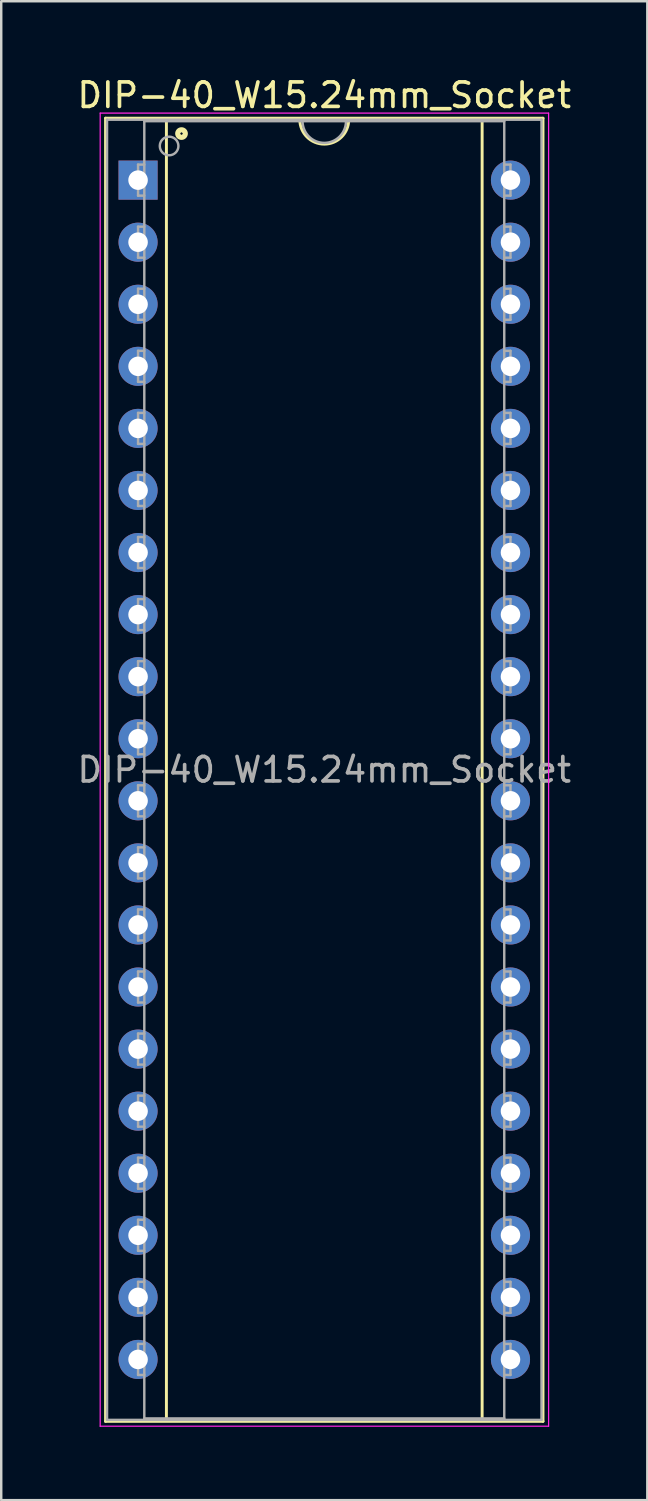
<source format=kicad_pcb>
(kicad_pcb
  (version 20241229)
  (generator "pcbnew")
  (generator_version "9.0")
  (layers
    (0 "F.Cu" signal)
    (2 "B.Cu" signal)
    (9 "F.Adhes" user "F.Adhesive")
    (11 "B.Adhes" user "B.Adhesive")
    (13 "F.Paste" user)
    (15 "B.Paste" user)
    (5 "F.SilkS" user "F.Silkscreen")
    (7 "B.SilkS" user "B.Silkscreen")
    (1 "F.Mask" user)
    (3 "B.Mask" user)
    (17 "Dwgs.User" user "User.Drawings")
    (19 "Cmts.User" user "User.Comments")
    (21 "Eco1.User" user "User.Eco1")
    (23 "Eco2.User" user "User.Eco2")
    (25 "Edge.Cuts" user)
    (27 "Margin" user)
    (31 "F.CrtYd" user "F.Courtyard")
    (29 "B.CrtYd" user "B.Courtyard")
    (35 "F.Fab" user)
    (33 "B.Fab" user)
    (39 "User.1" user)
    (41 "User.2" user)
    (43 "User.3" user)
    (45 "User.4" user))
  (footprint "DIP-40_W15.24mm_Socket"
    (layer "F.Cu")
    (at 2.6 4.321)
    (property "Reference" "DIP-40_W15.24mm_Socket" (at 7.62 -3.473 0) (layer "F.SilkS") (effects (font (size 1 1) (thickness 0.15))))
    (attr through_hole)
    (fp_line (start -1.33 -2.533) (end -1.33 50.793) (stroke (width 0.12) (type solid)) (layer "F.SilkS"))
    (fp_line (start -1.33 50.793) (end 16.57 50.793) (stroke (width 0.12) (type solid)) (layer "F.SilkS"))
    (fp_line (start 1.16 -2.473) (end 1.16 50.733) (stroke (width 0.12) (type solid)) (layer "F.SilkS"))
    (fp_line (start 1.16 50.733) (end 14.08 50.733) (stroke (width 0.12) (type solid)) (layer "F.SilkS"))
    (fp_line (start 6.62 -2.473) (end 1.16 -2.473) (stroke (width 0.12) (type solid)) (layer "F.SilkS"))
    (fp_line (start 14.08 -2.473) (end 8.62 -2.473) (stroke (width 0.12) (type solid)) (layer "F.SilkS"))
    (fp_line (start 14.08 50.733) (end 14.08 -2.473) (stroke (width 0.12) (type solid)) (layer "F.SilkS"))
    (fp_line (start 16.57 -2.533) (end -1.33 -2.533) (stroke (width 0.12) (type solid)) (layer "F.SilkS"))
    (fp_line (start 16.57 50.793) (end 16.57 -2.533) (stroke (width 0.12) (type solid)) (layer "F.SilkS"))
    (fp_arc (start 8.62 -2.473) (mid 7.62 -1.473) (end 6.62 -2.473) (stroke (width 0.12) (type solid)) (layer "F.SilkS"))
    (fp_circle (center 1.778 -1.905) (end 1.828 -1.905) (stroke (width 0.12) (type solid)) (fill no) (layer "F.SilkS"))
    (fp_circle (center 1.778 -1.905) (end 1.903 -1.905) (stroke (width 0.12) (type solid)) (fill no) (layer "F.SilkS"))
    (fp_circle (center 1.778 -1.905) (end 1.978 -1.905) (stroke (width 0.12) (type solid)) (fill no) (layer "F.SilkS"))
    (fp_line (start -1.55 -2.743) (end -1.55 50.993) (stroke (width 0.05) (type solid)) (layer "F.CrtYd"))
    (fp_line (start -1.55 50.993) (end 16.8 50.993) (stroke (width 0.05) (type solid)) (layer "F.CrtYd"))
    (fp_line (start 16.8 -2.743) (end -1.55 -2.743) (stroke (width 0.05) (type solid)) (layer "F.CrtYd"))
    (fp_line (start 16.8 50.993) (end 16.8 -2.743) (stroke (width 0.05) (type solid)) (layer "F.CrtYd"))
    (fp_line (start -1.27 -2.473) (end -1.27 50.733) (stroke (width 0.1) (type solid)) (layer "F.Fab"))
    (fp_line (start -1.27 50.733) (end 16.51 50.733) (stroke (width 0.1) (type solid)) (layer "F.Fab"))
    (fp_line (start 0 -0.635) (end 0 0.635) (stroke (width 0.1) (type solid)) (layer "F.Fab"))
    (fp_line (start 0 -0.635) (end 0.254 -0.635) (stroke (width 0.1) (type solid)) (layer "F.Fab"))
    (fp_line (start 0 0.635) (end 0.254 0.635) (stroke (width 0.1) (type solid)) (layer "F.Fab"))
    (fp_line (start 0 1.905) (end 0 3.175) (stroke (width 0.1) (type solid)) (layer "F.Fab"))
    (fp_line (start 0 1.905) (end 0.254 1.905) (stroke (width 0.1) (type solid)) (layer "F.Fab"))
    (fp_line (start 0 3.175) (end 0.254 3.175) (stroke (width 0.1) (type solid)) (layer "F.Fab"))
    (fp_line (start 0 4.445) (end 0 5.715) (stroke (width 0.1) (type solid)) (layer "F.Fab"))
    (fp_line (start 0 4.445) (end 0.254 4.445) (stroke (width 0.1) (type solid)) (layer "F.Fab"))
    (fp_line (start 0 5.715) (end 0.254 5.715) (stroke (width 0.1) (type solid)) (layer "F.Fab"))
    (fp_line (start 0 6.985) (end 0 8.255) (stroke (width 0.1) (type solid)) (layer "F.Fab"))
    (fp_line (start 0 6.985) (end 0.254 6.985) (stroke (width 0.1) (type solid)) (layer "F.Fab"))
    (fp_line (start 0 8.255) (end 0.254 8.255) (stroke (width 0.1) (type solid)) (layer "F.Fab"))
    (fp_line (start 0 9.525) (end 0 10.795) (stroke (width 0.1) (type solid)) (layer "F.Fab"))
    (fp_line (start 0 9.525) (end 0.254 9.525) (stroke (width 0.1) (type solid)) (layer "F.Fab"))
    (fp_line (start 0 10.795) (end 0.254 10.795) (stroke (width 0.1) (type solid)) (layer "F.Fab"))
    (fp_line (start 0 12.065) (end 0 13.335) (stroke (width 0.1) (type solid)) (layer "F.Fab"))
    (fp_line (start 0 12.065) (end 0.254 12.065) (stroke (width 0.1) (type solid)) (layer "F.Fab"))
    (fp_line (start 0 13.335) (end 0.254 13.335) (stroke (width 0.1) (type solid)) (layer "F.Fab"))
    (fp_line (start 0 14.605) (end 0 15.875) (stroke (width 0.1) (type solid)) (layer "F.Fab"))
    (fp_line (start 0 14.605) (end 0.254 14.605) (stroke (width 0.1) (type solid)) (layer "F.Fab"))
    (fp_line (start 0 15.875) (end 0.254 15.875) (stroke (width 0.1) (type solid)) (layer "F.Fab"))
    (fp_line (start 0 17.145) (end 0 18.415) (stroke (width 0.1) (type solid)) (layer "F.Fab"))
    (fp_line (start 0 17.145) (end 0.254 17.145) (stroke (width 0.1) (type solid)) (layer "F.Fab"))
    (fp_line (start 0 18.415) (end 0.254 18.415) (stroke (width 0.1) (type solid)) (layer "F.Fab"))
    (fp_line (start 0 19.685) (end 0 20.955) (stroke (width 0.1) (type solid)) (layer "F.Fab"))
    (fp_line (start 0 19.685) (end 0.254 19.685) (stroke (width 0.1) (type solid)) (layer "F.Fab"))
    (fp_line (start 0 20.955) (end 0.254 20.955) (stroke (width 0.1) (type solid)) (layer "F.Fab"))
    (fp_line (start 0 22.225) (end 0 23.495) (stroke (width 0.1) (type solid)) (layer "F.Fab"))
    (fp_line (start 0 22.225) (end 0.254 22.225) (stroke (width 0.1) (type solid)) (layer "F.Fab"))
    (fp_line (start 0 23.495) (end 0.254 23.495) (stroke (width 0.1) (type solid)) (layer "F.Fab"))
    (fp_line (start 0 24.765) (end 0 26.035) (stroke (width 0.1) (type solid)) (layer "F.Fab"))
    (fp_line (start 0 24.765) (end 0.254 24.765) (stroke (width 0.1) (type solid)) (layer "F.Fab"))
    (fp_line (start 0 26.035) (end 0.254 26.035) (stroke (width 0.1) (type solid)) (layer "F.Fab"))
    (fp_line (start 0 27.305) (end 0 28.575) (stroke (width 0.1) (type solid)) (layer "F.Fab"))
    (fp_line (start 0 27.305) (end 0.254 27.305) (stroke (width 0.1) (type solid)) (layer "F.Fab"))
    (fp_line (start 0 28.575) (end 0.254 28.575) (stroke (width 0.1) (type solid)) (layer "F.Fab"))
    (fp_line (start 0 29.845) (end 0 31.115) (stroke (width 0.1) (type solid)) (layer "F.Fab"))
    (fp_line (start 0 29.845) (end 0.254 29.845) (stroke (width 0.1) (type solid)) (layer "F.Fab"))
    (fp_line (start 0 31.115) (end 0.254 31.115) (stroke (width 0.1) (type solid)) (layer "F.Fab"))
    (fp_line (start 0 32.385) (end 0 33.655) (stroke (width 0.1) (type solid)) (layer "F.Fab"))
    (fp_line (start 0 32.385) (end 0.254 32.385) (stroke (width 0.1) (type solid)) (layer "F.Fab"))
    (fp_line (start 0 33.655) (end 0.254 33.655) (stroke (width 0.1) (type solid)) (layer "F.Fab"))
    (fp_line (start 0 34.925) (end 0 36.195) (stroke (width 0.1) (type solid)) (layer "F.Fab"))
    (fp_line (start 0 34.925) (end 0.254 34.925) (stroke (width 0.1) (type solid)) (layer "F.Fab"))
    (fp_line (start 0 36.195) (end 0.254 36.195) (stroke (width 0.1) (type solid)) (layer "F.Fab"))
    (fp_line (start 0 37.465) (end 0 38.735) (stroke (width 0.1) (type solid)) (layer "F.Fab"))
    (fp_line (start 0 37.465) (end 0.254 37.465) (stroke (width 0.1) (type solid)) (layer "F.Fab"))
    (fp_line (start 0 38.735) (end 0.254 38.735) (stroke (width 0.1) (type solid)) (layer "F.Fab"))
    (fp_line (start 0 40.005) (end 0 41.275) (stroke (width 0.1) (type solid)) (layer "F.Fab"))
    (fp_line (start 0 40.005) (end 0.254 40.005) (stroke (width 0.1) (type solid)) (layer "F.Fab"))
    (fp_line (start 0 41.275) (end 0.254 41.275) (stroke (width 0.1) (type solid)) (layer "F.Fab"))
    (fp_line (start 0 42.545) (end 0 43.815) (stroke (width 0.1) (type solid)) (layer "F.Fab"))
    (fp_line (start 0 42.545) (end 0.254 42.545) (stroke (width 0.1) (type solid)) (layer "F.Fab"))
    (fp_line (start 0 43.815) (end 0.254 43.815) (stroke (width 0.1) (type solid)) (layer "F.Fab"))
    (fp_line (start 0 45.085) (end 0 46.355) (stroke (width 0.1) (type solid)) (layer "F.Fab"))
    (fp_line (start 0 45.085) (end 0.254 45.085) (stroke (width 0.1) (type solid)) (layer "F.Fab"))
    (fp_line (start 0 46.355) (end 0.254 46.355) (stroke (width 0.1) (type solid)) (layer "F.Fab"))
    (fp_line (start 0 47.625) (end 0 48.895) (stroke (width 0.1) (type solid)) (layer "F.Fab"))
    (fp_line (start 0 47.625) (end 0.254 47.625) (stroke (width 0.1) (type solid)) (layer "F.Fab"))
    (fp_line (start 0 48.895) (end 0.254 48.895) (stroke (width 0.1) (type solid)) (layer "F.Fab"))
    (fp_line (start 0.255 -2.413) (end 14.985 -2.413) (stroke (width 0.1) (type solid)) (layer "F.Fab"))
    (fp_line (start 0.255 50.673) (end 0.255 -2.413) (stroke (width 0.1) (type solid)) (layer "F.Fab"))
    (fp_line (start 14.985 -2.413) (end 14.985 50.673) (stroke (width 0.1) (type solid)) (layer "F.Fab"))
    (fp_line (start 14.985 50.673) (end 0.255 50.673) (stroke (width 0.1) (type solid)) (layer "F.Fab"))
    (fp_line (start 15.24 -0.635) (end 14.986 -0.635) (stroke (width 0.1) (type solid)) (layer "F.Fab"))
    (fp_line (start 15.24 0.635) (end 14.986 0.635) (stroke (width 0.1) (type solid)) (layer "F.Fab"))
    (fp_line (start 15.24 0.635) (end 15.24 -0.635) (stroke (width 0.1) (type solid)) (layer "F.Fab"))
    (fp_line (start 15.24 1.905) (end 14.986 1.905) (stroke (width 0.1) (type solid)) (layer "F.Fab"))
    (fp_line (start 15.24 3.175) (end 14.986 3.175) (stroke (width 0.1) (type solid)) (layer "F.Fab"))
    (fp_line (start 15.24 3.175) (end 15.24 1.905) (stroke (width 0.1) (type solid)) (layer "F.Fab"))
    (fp_line (start 15.24 4.445) (end 14.986 4.445) (stroke (width 0.1) (type solid)) (layer "F.Fab"))
    (fp_line (start 15.24 5.715) (end 14.986 5.715) (stroke (width 0.1) (type solid)) (layer "F.Fab"))
    (fp_line (start 15.24 5.715) (end 15.24 4.445) (stroke (width 0.1) (type solid)) (layer "F.Fab"))
    (fp_line (start 15.24 6.985) (end 14.986 6.985) (stroke (width 0.1) (type solid)) (layer "F.Fab"))
    (fp_line (start 15.24 8.255) (end 14.986 8.255) (stroke (width 0.1) (type solid)) (layer "F.Fab"))
    (fp_line (start 15.24 8.255) (end 15.24 6.985) (stroke (width 0.1) (type solid)) (layer "F.Fab"))
    (fp_line (start 15.24 9.525) (end 14.986 9.525) (stroke (width 0.1) (type solid)) (layer "F.Fab"))
    (fp_line (start 15.24 10.795) (end 14.986 10.795) (stroke (width 0.1) (type solid)) (layer "F.Fab"))
    (fp_line (start 15.24 10.795) (end 15.24 9.525) (stroke (width 0.1) (type solid)) (layer "F.Fab"))
    (fp_line (start 15.24 12.065) (end 14.986 12.065) (stroke (width 0.1) (type solid)) (layer "F.Fab"))
    (fp_line (start 15.24 13.335) (end 14.986 13.335) (stroke (width 0.1) (type solid)) (layer "F.Fab"))
    (fp_line (start 15.24 13.335) (end 15.24 12.065) (stroke (width 0.1) (type solid)) (layer "F.Fab"))
    (fp_line (start 15.24 14.605) (end 14.986 14.605) (stroke (width 0.1) (type solid)) (layer "F.Fab"))
    (fp_line (start 15.24 15.875) (end 14.986 15.875) (stroke (width 0.1) (type solid)) (layer "F.Fab"))
    (fp_line (start 15.24 15.875) (end 15.24 14.605) (stroke (width 0.1) (type solid)) (layer "F.Fab"))
    (fp_line (start 15.24 17.145) (end 14.986 17.145) (stroke (width 0.1) (type solid)) (layer "F.Fab"))
    (fp_line (start 15.24 18.415) (end 14.986 18.415) (stroke (width 0.1) (type solid)) (layer "F.Fab"))
    (fp_line (start 15.24 18.415) (end 15.24 17.145) (stroke (width 0.1) (type solid)) (layer "F.Fab"))
    (fp_line (start 15.24 19.685) (end 14.986 19.685) (stroke (width 0.1) (type solid)) (layer "F.Fab"))
    (fp_line (start 15.24 20.955) (end 14.986 20.955) (stroke (width 0.1) (type solid)) (layer "F.Fab"))
    (fp_line (start 15.24 20.955) (end 15.24 19.685) (stroke (width 0.1) (type solid)) (layer "F.Fab"))
    (fp_line (start 15.24 22.225) (end 14.986 22.225) (stroke (width 0.1) (type solid)) (layer "F.Fab"))
    (fp_line (start 15.24 23.495) (end 14.986 23.495) (stroke (width 0.1) (type solid)) (layer "F.Fab"))
    (fp_line (start 15.24 23.495) (end 15.24 22.225) (stroke (width 0.1) (type solid)) (layer "F.Fab"))
    (fp_line (start 15.24 24.765) (end 14.986 24.765) (stroke (width 0.1) (type solid)) (layer "F.Fab"))
    (fp_line (start 15.24 26.035) (end 14.986 26.035) (stroke (width 0.1) (type solid)) (layer "F.Fab"))
    (fp_line (start 15.24 26.035) (end 15.24 24.765) (stroke (width 0.1) (type solid)) (layer "F.Fab"))
    (fp_line (start 15.24 27.305) (end 14.986 27.305) (stroke (width 0.1) (type solid)) (layer "F.Fab"))
    (fp_line (start 15.24 28.575) (end 14.986 28.575) (stroke (width 0.1) (type solid)) (layer "F.Fab"))
    (fp_line (start 15.24 28.575) (end 15.24 27.305) (stroke (width 0.1) (type solid)) (layer "F.Fab"))
    (fp_line (start 15.24 29.845) (end 14.986 29.845) (stroke (width 0.1) (type solid)) (layer "F.Fab"))
    (fp_line (start 15.24 31.115) (end 14.986 31.115) (stroke (width 0.1) (type solid)) (layer "F.Fab"))
    (fp_line (start 15.24 31.115) (end 15.24 29.845) (stroke (width 0.1) (type solid)) (layer "F.Fab"))
    (fp_line (start 15.24 32.385) (end 14.986 32.385) (stroke (width 0.1) (type solid)) (layer "F.Fab"))
    (fp_line (start 15.24 33.655) (end 14.986 33.655) (stroke (width 0.1) (type solid)) (layer "F.Fab"))
    (fp_line (start 15.24 33.655) (end 15.24 32.385) (stroke (width 0.1) (type solid)) (layer "F.Fab"))
    (fp_line (start 15.24 34.925) (end 14.986 34.925) (stroke (width 0.1) (type solid)) (layer "F.Fab"))
    (fp_line (start 15.24 36.195) (end 14.986 36.195) (stroke (width 0.1) (type solid)) (layer "F.Fab"))
    (fp_line (start 15.24 36.195) (end 15.24 34.925) (stroke (width 0.1) (type solid)) (layer "F.Fab"))
    (fp_line (start 15.24 37.465) (end 14.986 37.465) (stroke (width 0.1) (type solid)) (layer "F.Fab"))
    (fp_line (start 15.24 38.735) (end 14.986 38.735) (stroke (width 0.1) (type solid)) (layer "F.Fab"))
    (fp_line (start 15.24 38.735) (end 15.24 37.465) (stroke (width 0.1) (type solid)) (layer "F.Fab"))
    (fp_line (start 15.24 40.005) (end 14.986 40.005) (stroke (width 0.1) (type solid)) (layer "F.Fab"))
    (fp_line (start 15.24 41.275) (end 14.986 41.275) (stroke (width 0.1) (type solid)) (layer "F.Fab"))
    (fp_line (start 15.24 41.275) (end 15.24 40.005) (stroke (width 0.1) (type solid)) (layer "F.Fab"))
    (fp_line (start 15.24 42.545) (end 14.986 42.545) (stroke (width 0.1) (type solid)) (layer "F.Fab"))
    (fp_line (start 15.24 43.815) (end 14.986 43.815) (stroke (width 0.1) (type solid)) (layer "F.Fab"))
    (fp_line (start 15.24 43.815) (end 15.24 42.545) (stroke (width 0.1) (type solid)) (layer "F.Fab"))
    (fp_line (start 15.24 45.085) (end 14.986 45.085) (stroke (width 0.1) (type solid)) (layer "F.Fab"))
    (fp_line (start 15.24 46.355) (end 14.986 46.355) (stroke (width 0.1) (type solid)) (layer "F.Fab"))
    (fp_line (start 15.24 46.355) (end 15.24 45.085) (stroke (width 0.1) (type solid)) (layer "F.Fab"))
    (fp_line (start 15.24 47.625) (end 14.986 47.625) (stroke (width 0.1) (type solid)) (layer "F.Fab"))
    (fp_line (start 15.24 48.895) (end 14.986 48.895) (stroke (width 0.1) (type solid)) (layer "F.Fab"))
    (fp_line (start 15.24 48.895) (end 15.24 47.625) (stroke (width 0.1) (type solid)) (layer "F.Fab"))
    (fp_line (start 16.51 -2.473) (end -1.27 -2.473) (stroke (width 0.1) (type solid)) (layer "F.Fab"))
    (fp_line (start 16.51 50.733) (end 16.51 -2.473) (stroke (width 0.1) (type solid)) (layer "F.Fab"))
    (fp_arc (start 8.509 -2.413) (mid 7.62 -1.524) (end 6.731 -2.413) (stroke (width 0.1) (type solid)) (layer "F.Fab"))
    (fp_circle (center 1.27 -1.397) (end 1.651 -1.397) (stroke (width 0.1) (type solid)) (fill no) (layer "F.Fab"))
    (fp_text user "${REFERENCE}" (at 7.62 24.13 0) (layer "F.Fab") (effects (font (size 1 1) (thickness 0.15))))
    (pad "1" thru_hole rect (at 0 0) (size 1.6 1.6) (drill 0.8) (layers "*.Cu" "*.Mask"))
    (pad "2" thru_hole oval (at 0 2.54) (size 1.6 1.6) (drill 0.8) (layers "*.Cu" "*.Mask"))
    (pad "3" thru_hole oval (at 0 5.08) (size 1.6 1.6) (drill 0.8) (layers "*.Cu" "*.Mask"))
    (pad "4" thru_hole oval (at 0 7.62) (size 1.6 1.6) (drill 0.8) (layers "*.Cu" "*.Mask"))
    (pad "5" thru_hole oval (at 0 10.16) (size 1.6 1.6) (drill 0.8) (layers "*.Cu" "*.Mask"))
    (pad "6" thru_hole oval (at 0 12.7) (size 1.6 1.6) (drill 0.8) (layers "*.Cu" "*.Mask"))
    (pad "7" thru_hole oval (at 0 15.24) (size 1.6 1.6) (drill 0.8) (layers "*.Cu" "*.Mask"))
    (pad "8" thru_hole oval (at 0 17.78) (size 1.6 1.6) (drill 0.8) (layers "*.Cu" "*.Mask"))
    (pad "9" thru_hole oval (at 0 20.32) (size 1.6 1.6) (drill 0.8) (layers "*.Cu" "*.Mask"))
    (pad "10" thru_hole oval (at 0 22.86) (size 1.6 1.6) (drill 0.8) (layers "*.Cu" "*.Mask"))
    (pad "11" thru_hole oval (at 0 25.4) (size 1.6 1.6) (drill 0.8) (layers "*.Cu" "*.Mask"))
    (pad "12" thru_hole oval (at 0 27.94) (size 1.6 1.6) (drill 0.8) (layers "*.Cu" "*.Mask"))
    (pad "13" thru_hole oval (at 0 30.48) (size 1.6 1.6) (drill 0.8) (layers "*.Cu" "*.Mask"))
    (pad "14" thru_hole oval (at 0 33.02) (size 1.6 1.6) (drill 0.8) (layers "*.Cu" "*.Mask"))
    (pad "15" thru_hole oval (at 0 35.56) (size 1.6 1.6) (drill 0.8) (layers "*.Cu" "*.Mask"))
    (pad "16" thru_hole oval (at 0 38.1) (size 1.6 1.6) (drill 0.8) (layers "*.Cu" "*.Mask"))
    (pad "17" thru_hole oval (at 0 40.64) (size 1.6 1.6) (drill 0.8) (layers "*.Cu" "*.Mask"))
    (pad "18" thru_hole oval (at 0 43.18) (size 1.6 1.6) (drill 0.8) (layers "*.Cu" "*.Mask"))
    (pad "19" thru_hole oval (at 0 45.72) (size 1.6 1.6) (drill 0.8) (layers "*.Cu" "*.Mask"))
    (pad "20" thru_hole oval (at 0 48.26) (size 1.6 1.6) (drill 0.8) (layers "*.Cu" "*.Mask"))
    (pad "21" thru_hole oval (at 15.24 48.26) (size 1.6 1.6) (drill 0.8) (layers "*.Cu" "*.Mask"))
    (pad "22" thru_hole oval (at 15.24 45.72) (size 1.6 1.6) (drill 0.8) (layers "*.Cu" "*.Mask"))
    (pad "23" thru_hole oval (at 15.24 43.18) (size 1.6 1.6) (drill 0.8) (layers "*.Cu" "*.Mask"))
    (pad "24" thru_hole oval (at 15.24 40.64) (size 1.6 1.6) (drill 0.8) (layers "*.Cu" "*.Mask"))
    (pad "25" thru_hole oval (at 15.24 38.1) (size 1.6 1.6) (drill 0.8) (layers "*.Cu" "*.Mask"))
    (pad "26" thru_hole oval (at 15.24 35.56) (size 1.6 1.6) (drill 0.8) (layers "*.Cu" "*.Mask"))
    (pad "27" thru_hole oval (at 15.24 33.02) (size 1.6 1.6) (drill 0.8) (layers "*.Cu" "*.Mask"))
    (pad "28" thru_hole oval (at 15.24 30.48) (size 1.6 1.6) (drill 0.8) (layers "*.Cu" "*.Mask"))
    (pad "29" thru_hole oval (at 15.24 27.94) (size 1.6 1.6) (drill 0.8) (layers "*.Cu" "*.Mask"))
    (pad "30" thru_hole oval (at 15.24 25.4) (size 1.6 1.6) (drill 0.8) (layers "*.Cu" "*.Mask"))
    (pad "31" thru_hole oval (at 15.24 22.86) (size 1.6 1.6) (drill 0.8) (layers "*.Cu" "*.Mask"))
    (pad "32" thru_hole oval (at 15.24 20.32) (size 1.6 1.6) (drill 0.8) (layers "*.Cu" "*.Mask"))
    (pad "33" thru_hole oval (at 15.24 17.78) (size 1.6 1.6) (drill 0.8) (layers "*.Cu" "*.Mask"))
    (pad "34" thru_hole oval (at 15.24 15.24) (size 1.6 1.6) (drill 0.8) (layers "*.Cu" "*.Mask"))
    (pad "35" thru_hole oval (at 15.24 12.7) (size 1.6 1.6) (drill 0.8) (layers "*.Cu" "*.Mask"))
    (pad "36" thru_hole oval (at 15.24 10.16) (size 1.6 1.6) (drill 0.8) (layers "*.Cu" "*.Mask"))
    (pad "37" thru_hole oval (at 15.24 7.62) (size 1.6 1.6) (drill 0.8) (layers "*.Cu" "*.Mask"))
    (pad "38" thru_hole oval (at 15.24 5.08) (size 1.6 1.6) (drill 0.8) (layers "*.Cu" "*.Mask"))
    (pad "39" thru_hole oval (at 15.24 2.54) (size 1.6 1.6) (drill 0.8) (layers "*.Cu" "*.Mask"))
    (pad "40" thru_hole oval (at 15.24 0) (size 1.6 1.6) (drill 0.8) (layers "*.Cu" "*.Mask")))
  (gr_rect
    (start -3 -3)
    (end 23.44 58.339)
    (stroke (width 0.1) (type default))
    (fill no)
    (layer "Edge.Cuts")))
</source>
